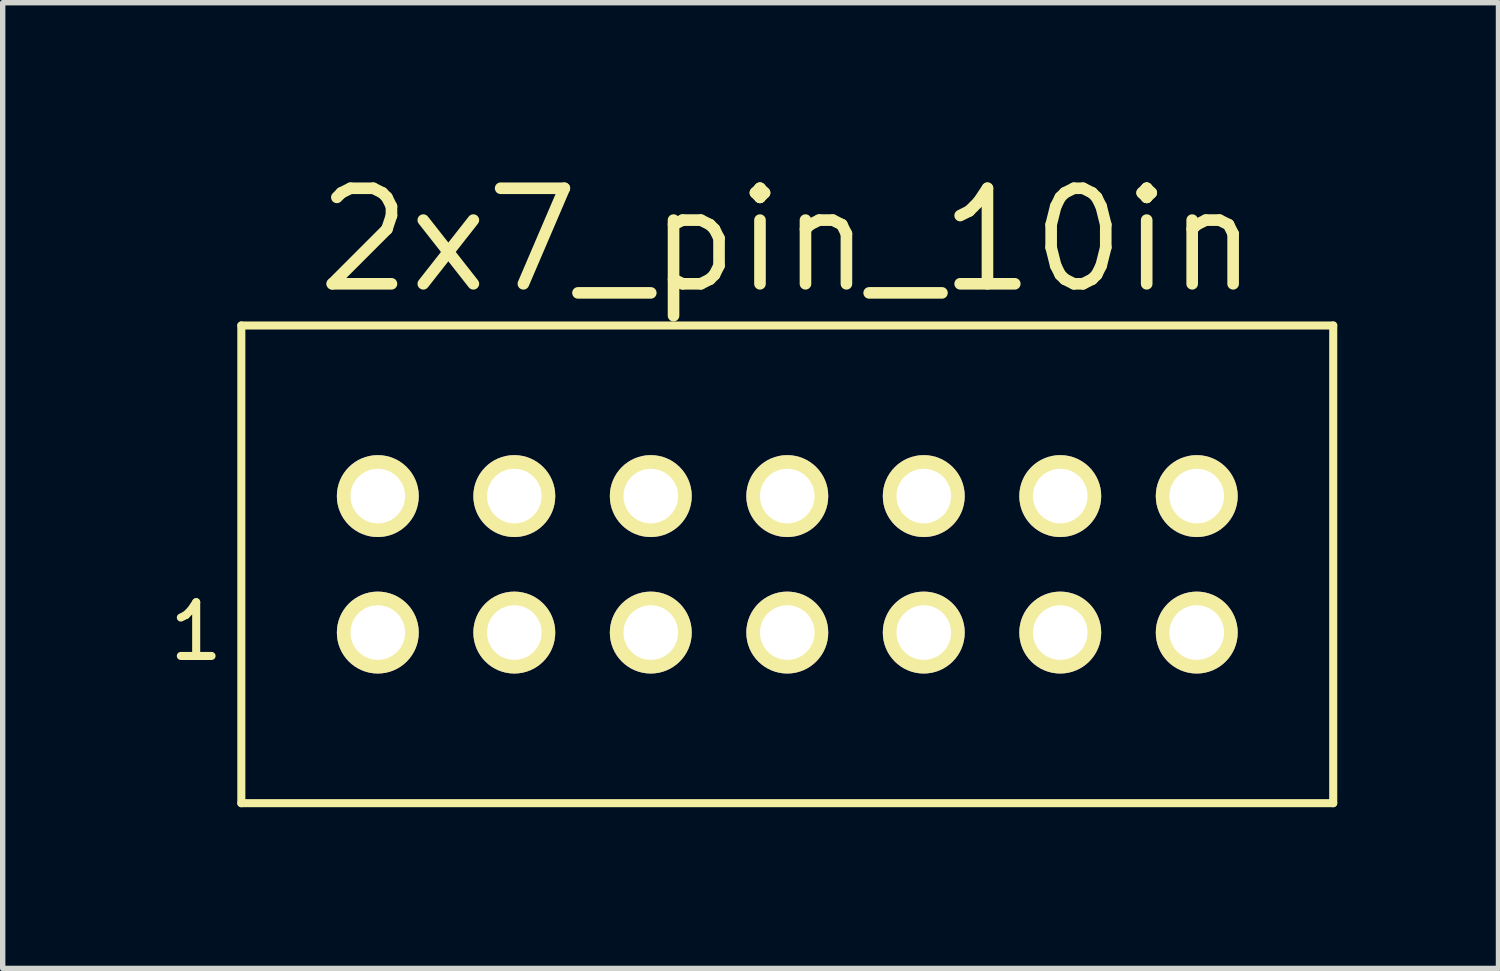
<source format=kicad_pcb>
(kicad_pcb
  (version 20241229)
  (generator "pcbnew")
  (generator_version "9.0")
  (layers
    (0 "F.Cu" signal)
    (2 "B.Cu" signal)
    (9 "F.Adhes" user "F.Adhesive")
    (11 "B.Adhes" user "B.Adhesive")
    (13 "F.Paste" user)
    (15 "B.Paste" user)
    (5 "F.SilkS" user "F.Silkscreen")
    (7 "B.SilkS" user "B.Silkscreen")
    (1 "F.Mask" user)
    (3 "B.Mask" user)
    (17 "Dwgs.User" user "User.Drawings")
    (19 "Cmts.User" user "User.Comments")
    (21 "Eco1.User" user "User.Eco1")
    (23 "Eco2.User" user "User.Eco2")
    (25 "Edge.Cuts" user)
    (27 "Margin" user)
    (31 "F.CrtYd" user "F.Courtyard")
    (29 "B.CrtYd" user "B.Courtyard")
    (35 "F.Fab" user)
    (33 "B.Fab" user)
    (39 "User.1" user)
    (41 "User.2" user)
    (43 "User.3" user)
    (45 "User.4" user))
  (footprint "2x7_pin_10in"
    (layer "F.Cu")
    (at 11.601 7.452)
    (property "Reference" "2x7_pin_10in" (at 0 -6.032 0) (layer "F.SilkS") (effects (font (size 1.778 1.778) (thickness 0.216))))
    (attr through_hole)
    (fp_line (start -10.16 -4.445) (end -10.16 4.445) (stroke (width 0.15) (type solid)) (layer "F.SilkS"))
    (fp_line (start -10.16 4.445) (end 10.16 4.445) (stroke (width 0.15) (type solid)) (layer "F.SilkS"))
    (fp_line (start 10.16 -4.445) (end -10.16 -4.445) (stroke (width 0.15) (type solid)) (layer "F.SilkS"))
    (fp_line (start 10.16 4.445) (end 10.16 -4.445) (stroke (width 0.15) (type solid)) (layer "F.SilkS"))
    (fp_text user "1" (at -11 1.25 0) (layer "F.SilkS") (effects (font (size 1 1) (thickness 0.15))))
    (pad "1" thru_hole circle (at -7.62 1.27) (size 1.524 1.524) (drill 1.016) (layers "*.Cu" "*.Mask" "F.SilkS"))
    (pad "2" thru_hole circle (at -7.62 -1.27) (size 1.524 1.524) (drill 1.016) (layers "*.Cu" "*.Mask" "F.SilkS"))
    (pad "3" thru_hole circle (at -5.08 1.27) (size 1.524 1.524) (drill 1.016) (layers "*.Cu" "*.Mask" "F.SilkS"))
    (pad "4" thru_hole circle (at -5.08 -1.27) (size 1.524 1.524) (drill 1.016) (layers "*.Cu" "*.Mask" "F.SilkS"))
    (pad "5" thru_hole circle (at -2.54 1.27) (size 1.524 1.524) (drill 1.016) (layers "*.Cu" "*.Mask" "F.SilkS"))
    (pad "6" thru_hole circle (at -2.54 -1.27) (size 1.524 1.524) (drill 1.016) (layers "*.Cu" "*.Mask" "F.SilkS"))
    (pad "7" thru_hole circle (at 0 1.27) (size 1.524 1.524) (drill 1.016) (layers "*.Cu" "*.Mask" "F.SilkS"))
    (pad "8" thru_hole circle (at 0 -1.27) (size 1.524 1.524) (drill 1.016) (layers "*.Cu" "*.Mask" "F.SilkS"))
    (pad "9" thru_hole circle (at 2.54 1.27) (size 1.524 1.524) (drill 1.016) (layers "*.Cu" "*.Mask" "F.SilkS"))
    (pad "10" thru_hole circle (at 2.54 -1.27) (size 1.524 1.524) (drill 1.016) (layers "*.Cu" "*.Mask" "F.SilkS"))
    (pad "11" thru_hole circle (at 5.08 1.27) (size 1.524 1.524) (drill 1.016) (layers "*.Cu" "*.Mask" "F.SilkS"))
    (pad "12" thru_hole circle (at 5.08 -1.27) (size 1.524 1.524) (drill 1.016) (layers "*.Cu" "*.Mask" "F.SilkS"))
    (pad "13" thru_hole circle (at 7.62 1.27) (size 1.524 1.524) (drill 1.016) (layers "*.Cu" "*.Mask" "F.SilkS"))
    (pad "14" thru_hole circle (at 7.62 -1.27) (size 1.524 1.524) (drill 1.016) (layers "*.Cu" "*.Mask" "F.SilkS")))
  (gr_rect
    (start -3 -3)
    (end 24.836 14.972)
    (stroke (width 0.1) (type default))
    (fill no)
    (layer "Edge.Cuts")))
</source>
